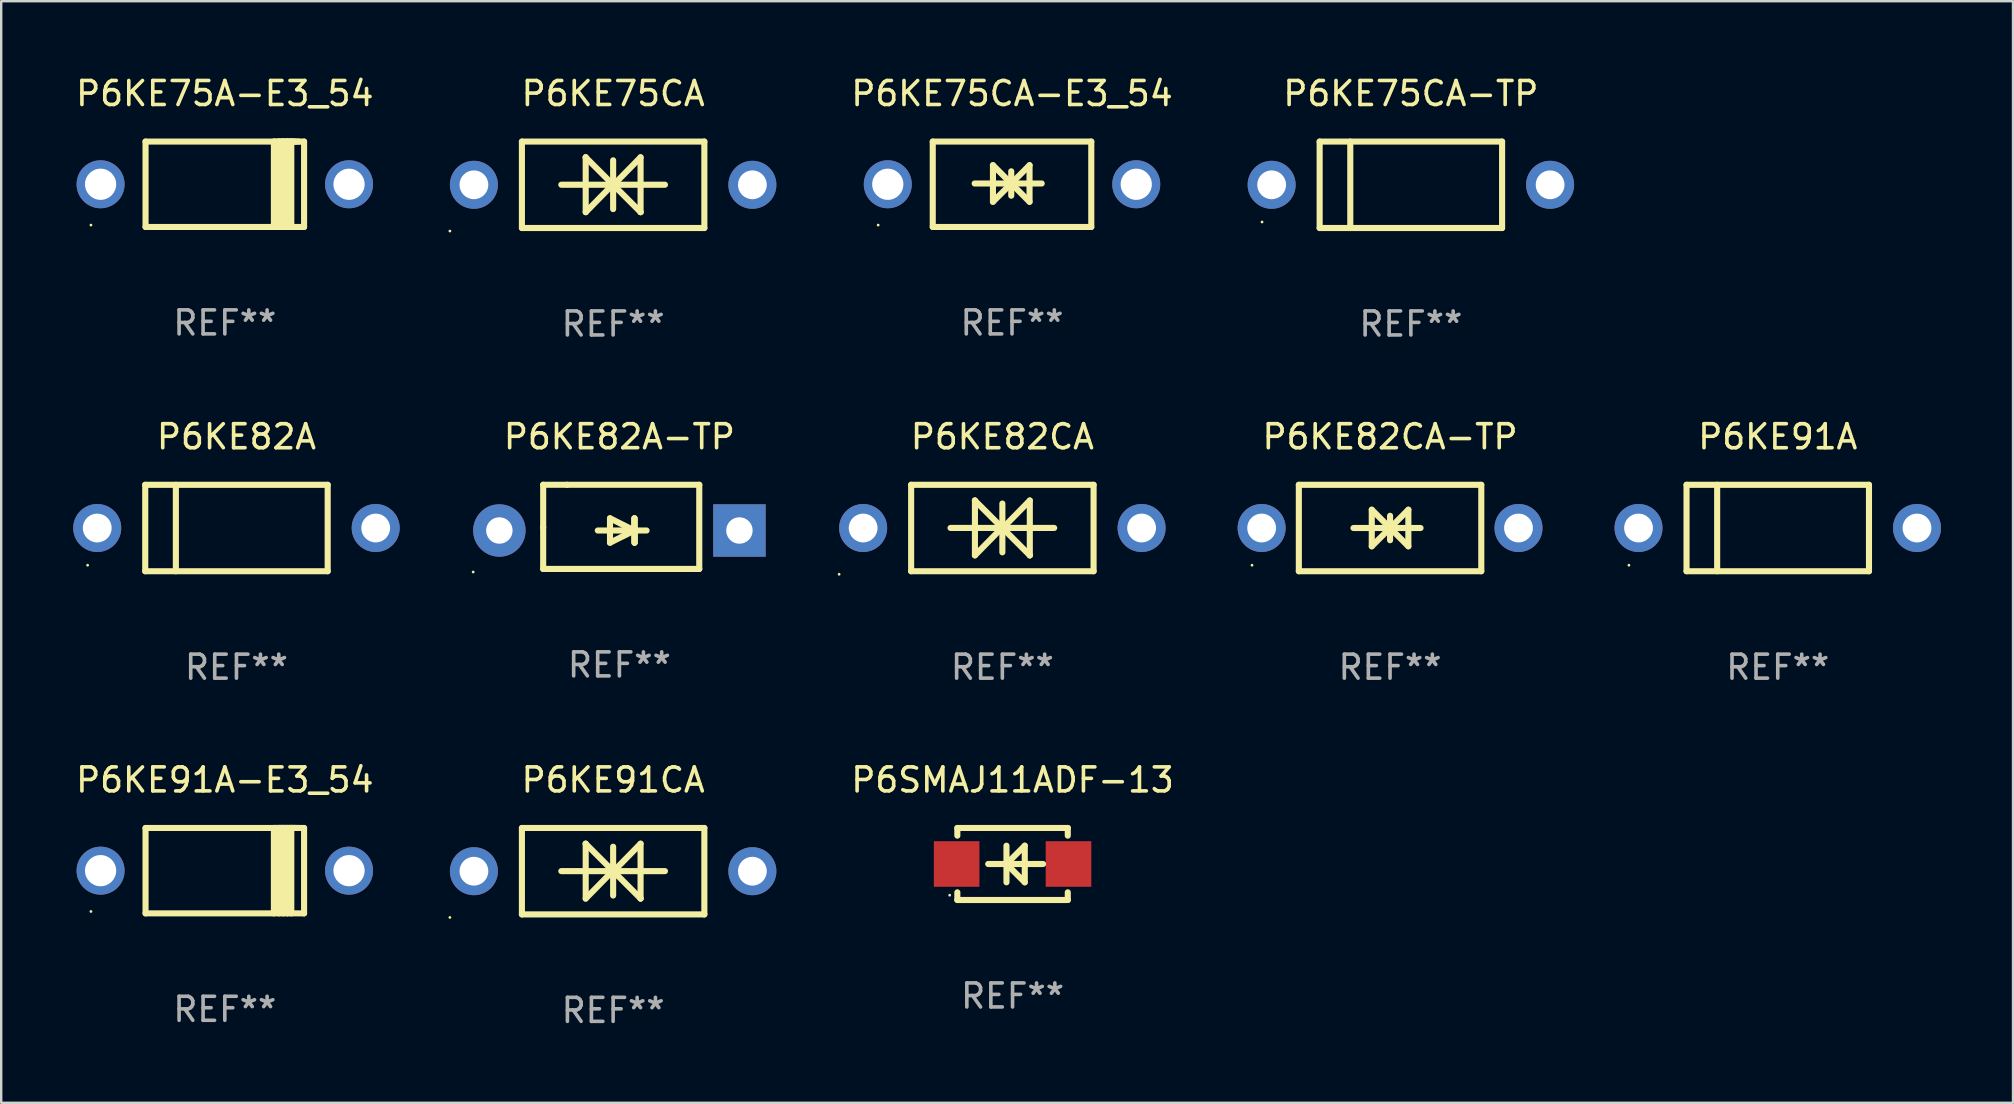
<source format=kicad_pcb>
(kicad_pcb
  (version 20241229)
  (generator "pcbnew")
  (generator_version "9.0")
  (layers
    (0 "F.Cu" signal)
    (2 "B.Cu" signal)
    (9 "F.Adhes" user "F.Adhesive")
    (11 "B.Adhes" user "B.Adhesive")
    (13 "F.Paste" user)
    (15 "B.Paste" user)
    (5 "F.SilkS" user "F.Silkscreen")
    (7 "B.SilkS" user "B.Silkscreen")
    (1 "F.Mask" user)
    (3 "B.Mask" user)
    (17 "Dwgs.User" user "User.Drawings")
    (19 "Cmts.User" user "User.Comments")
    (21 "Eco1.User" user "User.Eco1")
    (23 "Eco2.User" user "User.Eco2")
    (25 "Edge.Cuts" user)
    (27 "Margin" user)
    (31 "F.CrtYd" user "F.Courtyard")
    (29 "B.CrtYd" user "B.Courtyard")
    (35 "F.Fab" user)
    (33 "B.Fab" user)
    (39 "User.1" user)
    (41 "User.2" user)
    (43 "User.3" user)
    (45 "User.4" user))
  (footprint "P6KE75CA"
    (layer "F.Cu")
    (at 22.491 4.648)
    (property "Reference" "P6KE75CA" (at 0 -3.8 0) (layer "F.SilkS") (effects (font (size 1 1) (thickness 0.15))))
    (attr through_hole)
    (fp_line (start -3.8 -1.8) (end -3.8 1.8) (stroke (width 0.254) (type solid)) (layer "F.SilkS"))
    (fp_line (start -3.8 -1.8) (end 3.8 -1.8) (stroke (width 0.254) (type solid)) (layer "F.SilkS"))
    (fp_line (start -3.8 1.8) (end 3.8 1.8) (stroke (width 0.254) (type solid)) (layer "F.SilkS"))
    (fp_line (start -2.159 -0.003) (end 2.159 -0.003) (stroke (width 0.254) (type solid)) (layer "F.SilkS"))
    (fp_line (start -1.143 -1.146) (end -1.143 1.14) (stroke (width 0.254) (type solid)) (layer "F.SilkS"))
    (fp_line (start -1.143 -1.143) (end -1.143 -1.146) (stroke (width 0.254) (type solid)) (layer "F.SilkS"))
    (fp_line (start 0 -1.019) (end 0 1.013) (stroke (width 0.254) (type solid)) (layer "F.SilkS"))
    (fp_line (start 0 -0.026) (end -1.143 1.14) (stroke (width 0.254) (type solid)) (layer "F.SilkS"))
    (fp_line (start 0 -0.006) (end 1.143 1.137) (stroke (width 0.254) (type solid)) (layer "F.SilkS"))
    (fp_line (start 0 0) (end -1.143 -1.143) (stroke (width 0.254) (type solid)) (layer "F.SilkS"))
    (fp_line (start 0 0.02) (end 1.143 -1.146) (stroke (width 0.254) (type solid)) (layer "F.SilkS"))
    (fp_line (start 1.143 1.137) (end 1.143 1.14) (stroke (width 0.254) (type solid)) (layer "F.SilkS"))
    (fp_line (start 1.143 1.14) (end 1.143 -1.146) (stroke (width 0.254) (type solid)) (layer "F.SilkS"))
    (fp_line (start 3.8 -1.8) (end 3.8 1.8) (stroke (width 0.254) (type solid)) (layer "F.SilkS"))
    (fp_circle (center -6.8 1.927) (end -6.77 1.927) (stroke (width 0.06) (type solid)) (fill no) (layer "F.SilkS"))
    (fp_text user "REF**" (at 0 5.8 0) (layer "F.Fab") (effects (font (size 1 1) (thickness 0.15))))
    (pad "1" thru_hole circle (at -5.8 0) (size 2 2) (drill 1.2) (layers "*.Cu" "*.Mask"))
    (pad "2" thru_hole circle (at 5.8 0) (size 2 2) (drill 1.2) (layers "*.Cu" "*.Mask")))
  (footprint "P6KE75CA-E3_54"
    (layer "F.Cu")
    (at 39.107 4.626)
    (property "Reference" "P6KE75CA-E3_54" (at 0 -3.778 0) (layer "F.SilkS") (effects (font (size 1 1) (thickness 0.15))))
    (attr through_hole)
    (fp_line (start -3.302 -1.778) (end -3.302 1.778) (stroke (width 0.254) (type solid)) (layer "F.SilkS"))
    (fp_line (start -3.302 1.778) (end 3.302 1.778) (stroke (width 0.254) (type solid)) (layer "F.SilkS"))
    (fp_line (start -1.556 -0.032) (end 1.238 -0.032) (stroke (width 0.254) (type solid)) (layer "F.SilkS"))
    (fp_line (start -0.794 -0.794) (end 0.73 0.73) (stroke (width 0.254) (type solid)) (layer "F.SilkS"))
    (fp_line (start -0.794 0.73) (end -0.794 -0.794) (stroke (width 0.254) (type solid)) (layer "F.SilkS"))
    (fp_line (start -0.032 -0.54) (end -0.032 0.476) (stroke (width 0.254) (type solid)) (layer "F.SilkS"))
    (fp_line (start 0.73 -0.794) (end -0.794 0.73) (stroke (width 0.254) (type solid)) (layer "F.SilkS"))
    (fp_line (start 0.73 0.73) (end 0.73 -0.794) (stroke (width 0.254) (type solid)) (layer "F.SilkS"))
    (fp_line (start 3.302 -1.778) (end -3.302 -1.778) (stroke (width 0.254) (type solid)) (layer "F.SilkS"))
    (fp_line (start 3.302 1.778) (end 3.302 -1.778) (stroke (width 0.254) (type solid)) (layer "F.SilkS"))
    (fp_circle (center -5.576 1.7) (end -5.546 1.7) (stroke (width 0.06) (type solid)) (fill no) (layer "F.SilkS"))
    (fp_text user "REF**" (at 0 5.778 0) (layer "F.Fab") (effects (font (size 1 1) (thickness 0.15))))
    (pad "1" thru_hole circle (at -5.175 0) (size 2 2) (drill 1.3) (layers "*.Cu" "*.Mask"))
    (pad "2" thru_hole circle (at 5.175 0) (size 2 2) (drill 1.3) (layers "*.Cu" "*.Mask")))
  (footprint "P6KE82CA"
    (layer "F.Cu")
    (at 38.705 18.945)
    (property "Reference" "P6KE82CA" (at 0 -3.8 0) (layer "F.SilkS") (effects (font (size 1 1) (thickness 0.15))))
    (attr through_hole)
    (fp_line (start -3.8 -1.8) (end -3.8 1.8) (stroke (width 0.254) (type solid)) (layer "F.SilkS"))
    (fp_line (start -3.8 -1.8) (end 3.8 -1.8) (stroke (width 0.254) (type solid)) (layer "F.SilkS"))
    (fp_line (start -3.8 1.8) (end 3.8 1.8) (stroke (width 0.254) (type solid)) (layer "F.SilkS"))
    (fp_line (start -2.159 -0.003) (end 2.159 -0.003) (stroke (width 0.254) (type solid)) (layer "F.SilkS"))
    (fp_line (start -1.143 -1.146) (end -1.143 1.14) (stroke (width 0.254) (type solid)) (layer "F.SilkS"))
    (fp_line (start -1.143 -1.143) (end -1.143 -1.146) (stroke (width 0.254) (type solid)) (layer "F.SilkS"))
    (fp_line (start 0 -1.019) (end 0 1.013) (stroke (width 0.254) (type solid)) (layer "F.SilkS"))
    (fp_line (start 0 -0.026) (end -1.143 1.14) (stroke (width 0.254) (type solid)) (layer "F.SilkS"))
    (fp_line (start 0 -0.006) (end 1.143 1.137) (stroke (width 0.254) (type solid)) (layer "F.SilkS"))
    (fp_line (start 0 0) (end -1.143 -1.143) (stroke (width 0.254) (type solid)) (layer "F.SilkS"))
    (fp_line (start 0 0.02) (end 1.143 -1.146) (stroke (width 0.254) (type solid)) (layer "F.SilkS"))
    (fp_line (start 1.143 1.137) (end 1.143 1.14) (stroke (width 0.254) (type solid)) (layer "F.SilkS"))
    (fp_line (start 1.143 1.14) (end 1.143 -1.146) (stroke (width 0.254) (type solid)) (layer "F.SilkS"))
    (fp_line (start 3.8 -1.8) (end 3.8 1.8) (stroke (width 0.254) (type solid)) (layer "F.SilkS"))
    (fp_circle (center -6.8 1.927) (end -6.77 1.927) (stroke (width 0.06) (type solid)) (fill no) (layer "F.SilkS"))
    (fp_text user "REF**" (at 0 5.8 0) (layer "F.Fab") (effects (font (size 1 1) (thickness 0.15))))
    (pad "1" thru_hole circle (at -5.8 0) (size 2 2) (drill 1.2) (layers "*.Cu" "*.Mask"))
    (pad "2" thru_hole circle (at 5.8 0) (size 2 2) (drill 1.2) (layers "*.Cu" "*.Mask")))
  (footprint "P6KE82CA-TP"
    (layer "F.Cu")
    (at 54.855 18.945)
    (property "Reference" "P6KE82CA-TP" (at 0 -3.8 0) (layer "F.SilkS") (effects (font (size 1 1) (thickness 0.15))))
    (attr through_hole)
    (fp_line (start -3.8 -1.8) (end -3.8 1.8) (stroke (width 0.254) (type solid)) (layer "F.SilkS"))
    (fp_line (start -3.8 -1.8) (end 3.8 -1.8) (stroke (width 0.254) (type solid)) (layer "F.SilkS"))
    (fp_line (start -3.8 1.8) (end 3.8 1.8) (stroke (width 0.254) (type solid)) (layer "F.SilkS"))
    (fp_line (start -1.524 0) (end 1.27 0) (stroke (width 0.254) (type solid)) (layer "F.SilkS"))
    (fp_line (start -0.762 -0.762) (end 0.762 0.762) (stroke (width 0.254) (type solid)) (layer "F.SilkS"))
    (fp_line (start -0.762 0.762) (end -0.762 -0.762) (stroke (width 0.254) (type solid)) (layer "F.SilkS"))
    (fp_line (start 0 -0.508) (end 0 0.508) (stroke (width 0.254) (type solid)) (layer "F.SilkS"))
    (fp_line (start 0.762 -0.762) (end -0.762 0.762) (stroke (width 0.254) (type solid)) (layer "F.SilkS"))
    (fp_line (start 0.762 0.762) (end 0.762 -0.762) (stroke (width 0.254) (type solid)) (layer "F.SilkS"))
    (fp_line (start 3.8 -1.8) (end 3.8 1.8) (stroke (width 0.254) (type solid)) (layer "F.SilkS"))
    (fp_circle (center -5.75 1.55) (end -5.72 1.55) (stroke (width 0.06) (type solid)) (fill no) (layer "F.SilkS"))
    (fp_text user "REF**" (at 0 5.8 0) (layer "F.Fab") (effects (font (size 1 1) (thickness 0.15))))
    (pad "1" thru_hole circle (at -5.35 0) (size 2 2) (drill 1.2) (layers "*.Cu" "*.Mask"))
    (pad "2" thru_hole circle (at 5.35 0) (size 2 2) (drill 1.2) (layers "*.Cu" "*.Mask")))
  (footprint "P6KE91CA"
    (layer "F.Cu")
    (at 22.491 33.241)
    (property "Reference" "P6KE91CA" (at 0 -3.8 0) (layer "F.SilkS") (effects (font (size 1 1) (thickness 0.15))))
    (attr through_hole)
    (fp_line (start -3.8 -1.8) (end -3.8 1.8) (stroke (width 0.254) (type solid)) (layer "F.SilkS"))
    (fp_line (start -3.8 -1.8) (end 3.8 -1.8) (stroke (width 0.254) (type solid)) (layer "F.SilkS"))
    (fp_line (start -3.8 1.8) (end 3.8 1.8) (stroke (width 0.254) (type solid)) (layer "F.SilkS"))
    (fp_line (start -2.159 -0.003) (end 2.159 -0.003) (stroke (width 0.254) (type solid)) (layer "F.SilkS"))
    (fp_line (start -1.143 -1.146) (end -1.143 1.14) (stroke (width 0.254) (type solid)) (layer "F.SilkS"))
    (fp_line (start -1.143 -1.143) (end -1.143 -1.146) (stroke (width 0.254) (type solid)) (layer "F.SilkS"))
    (fp_line (start 0 -1.019) (end 0 1.013) (stroke (width 0.254) (type solid)) (layer "F.SilkS"))
    (fp_line (start 0 -0.026) (end -1.143 1.14) (stroke (width 0.254) (type solid)) (layer "F.SilkS"))
    (fp_line (start 0 -0.006) (end 1.143 1.137) (stroke (width 0.254) (type solid)) (layer "F.SilkS"))
    (fp_line (start 0 0) (end -1.143 -1.143) (stroke (width 0.254) (type solid)) (layer "F.SilkS"))
    (fp_line (start 0 0.02) (end 1.143 -1.146) (stroke (width 0.254) (type solid)) (layer "F.SilkS"))
    (fp_line (start 1.143 1.137) (end 1.143 1.14) (stroke (width 0.254) (type solid)) (layer "F.SilkS"))
    (fp_line (start 1.143 1.14) (end 1.143 -1.146) (stroke (width 0.254) (type solid)) (layer "F.SilkS"))
    (fp_line (start 3.8 -1.8) (end 3.8 1.8) (stroke (width 0.254) (type solid)) (layer "F.SilkS"))
    (fp_circle (center -6.8 1.927) (end -6.77 1.927) (stroke (width 0.06) (type solid)) (fill no) (layer "F.SilkS"))
    (fp_text user "REF**" (at 0 5.8 0) (layer "F.Fab") (effects (font (size 1 1) (thickness 0.15))))
    (pad "1" thru_hole circle (at -5.8 0) (size 2 2) (drill 1.2) (layers "*.Cu" "*.Mask"))
    (pad "2" thru_hole circle (at 5.8 0) (size 2 2) (drill 1.2) (layers "*.Cu" "*.Mask")))
  (footprint "P6KE75A-E3_54"
    (layer "F.Cu")
    (at 6.315 4.626)
    (property "Reference" "P6KE75A-E3_54" (at 0 -3.778 0) (layer "F.SilkS") (effects (font (size 1 1) (thickness 0.15))))
    (attr through_hole)
    (fp_line (start -3.302 -1.778) (end -3.302 1.778) (stroke (width 0.254) (type solid)) (layer "F.SilkS"))
    (fp_line (start -3.302 1.778) (end 3.302 1.778) (stroke (width 0.254) (type solid)) (layer "F.SilkS"))
    (fp_line (start 2.045 -1.778) (end 2.045 1.778) (stroke (width 0.254) (type solid)) (layer "F.SilkS"))
    (fp_line (start 2.261 -1.778) (end 2.261 1.778) (stroke (width 0.254) (type solid)) (layer "F.SilkS"))
    (fp_line (start 2.421 -1.778) (end 2.045 -1.778) (stroke (width 0.254) (type solid)) (layer "F.SilkS"))
    (fp_line (start 2.439 -1.778) (end 2.439 1.778) (stroke (width 0.254) (type solid)) (layer "F.SilkS"))
    (fp_line (start 2.579 -1.778) (end 2.261 -1.778) (stroke (width 0.254) (type solid)) (layer "F.SilkS"))
    (fp_line (start 2.604 -1.778) (end 2.604 1.778) (stroke (width 0.254) (type solid)) (layer "F.SilkS"))
    (fp_line (start 2.757 -1.778) (end 2.439 -1.778) (stroke (width 0.254) (type solid)) (layer "F.SilkS"))
    (fp_line (start 2.769 -1.778) (end 2.769 1.778) (stroke (width 0.254) (type solid)) (layer "F.SilkS"))
    (fp_line (start 2.922 -1.778) (end 2.604 -1.778) (stroke (width 0.254) (type solid)) (layer "F.SilkS"))
    (fp_line (start 3.087 -1.778) (end 2.769 -1.778) (stroke (width 0.254) (type solid)) (layer "F.SilkS"))
    (fp_line (start 3.302 -1.778) (end -3.302 -1.778) (stroke (width 0.254) (type solid)) (layer "F.SilkS"))
    (fp_line (start 3.302 1.778) (end 3.302 -1.778) (stroke (width 0.254) (type solid)) (layer "F.SilkS"))
    (fp_circle (center -5.576 1.7) (end -5.546 1.7) (stroke (width 0.06) (type solid)) (fill no) (layer "F.SilkS"))
    (fp_text user "REF**" (at 0 5.778 0) (layer "F.Fab") (effects (font (size 1 1) (thickness 0.15))))
    (pad "1" thru_hole circle (at -5.175 0) (size 2 2) (drill 1.3) (layers "*.Cu" "*.Mask"))
    (pad "2" thru_hole circle (at 5.175 0) (size 2 2) (drill 1.3) (layers "*.Cu" "*.Mask")))
  (footprint "P6SMAJ11ADF-13"
    (layer "F.Cu")
    (at 39.13 32.941)
    (property "Reference" "P6SMAJ11ADF-13" (at 0 -3.5 0) (layer "F.SilkS") (effects (font (size 1 1) (thickness 0.15))))
    (attr through_hole)
    (fp_line (start -2.3 -1.5) (end -2.3 -1.181) (stroke (width 0.254) (type solid)) (layer "F.SilkS"))
    (fp_line (start -2.3 -1.5) (end 2.3 -1.5) (stroke (width 0.254) (type solid)) (layer "F.SilkS"))
    (fp_line (start -2.3 1.181) (end -2.3 1.5) (stroke (width 0.254) (type solid)) (layer "F.SilkS"))
    (fp_line (start -0.254 0) (end 0.508 0.762) (stroke (width 0.254) (type solid)) (layer "F.SilkS"))
    (fp_line (start -0.254 0.762) (end -0.254 -0.762) (stroke (width 0.254) (type solid)) (layer "F.SilkS"))
    (fp_line (start 0.508 -0.762) (end -0.254 0) (stroke (width 0.254) (type solid)) (layer "F.SilkS"))
    (fp_line (start 0.508 0.762) (end 0.508 -0.762) (stroke (width 0.254) (type solid)) (layer "F.SilkS"))
    (fp_line (start 1.27 0) (end -1.016 0) (stroke (width 0.254) (type solid)) (layer "F.SilkS"))
    (fp_line (start 2.3 -1.5) (end 2.3 -1.181) (stroke (width 0.254) (type solid)) (layer "F.SilkS"))
    (fp_line (start 2.3 1.181) (end 2.3 1.5) (stroke (width 0.254) (type solid)) (layer "F.SilkS"))
    (fp_line (start 2.3 1.5) (end -2.3 1.5) (stroke (width 0.254) (type solid)) (layer "F.SilkS"))
    (fp_circle (center -2.62 1.3) (end -2.59 1.3) (stroke (width 0.06) (type solid)) (fill no) (layer "F.SilkS"))
    (fp_text user "REF**" (at 0 5.5 0) (layer "F.Fab") (effects (font (size 1 1) (thickness 0.15))))
    (pad "1" smd rect (at -2.33 0 270) (size 1.9 1.9) (layers "F.Cu" "F.Mask" "F.Paste"))
    (pad "2" smd rect (at 2.33 0 270) (size 1.9 1.9) (layers "F.Cu" "F.Mask" "F.Paste")))
  (footprint "P6KE91A"
    (layer "F.Cu")
    (at 71.005 18.945)
    (property "Reference" "P6KE91A" (at 0 -3.8 0) (layer "F.SilkS") (effects (font (size 1 1) (thickness 0.15))))
    (attr through_hole)
    (fp_line (start -3.8 -1.8) (end -3.8 1.8) (stroke (width 0.254) (type solid)) (layer "F.SilkS"))
    (fp_line (start -3.8 -1.8) (end 3.8 -1.8) (stroke (width 0.254) (type solid)) (layer "F.SilkS"))
    (fp_line (start -3.8 1.8) (end 3.8 1.8) (stroke (width 0.254) (type solid)) (layer "F.SilkS"))
    (fp_line (start -2.524 -1.8) (end -2.524 1.8) (stroke (width 0.254) (type solid)) (layer "F.SilkS"))
    (fp_line (start 3.8 -1.8) (end 3.8 1.8) (stroke (width 0.254) (type solid)) (layer "F.SilkS"))
    (fp_circle (center -6.2 1.55) (end -6.17 1.55) (stroke (width 0.06) (type solid)) (fill no) (layer "F.SilkS"))
    (fp_text user "REF**" (at 0 5.8 0) (layer "F.Fab") (effects (font (size 1 1) (thickness 0.15))))
    (pad "1" thru_hole circle (at -5.8 0) (size 2 2) (drill 1.2) (layers "*.Cu" "*.Mask"))
    (pad "2" thru_hole circle (at 5.8 0) (size 2 2) (drill 1.2) (layers "*.Cu" "*.Mask")))
  (footprint "P6KE82A-TP"
    (layer "F.Cu")
    (at 22.752 18.897)
    (property "Reference" "P6KE82A-TP" (at 0 -3.753 0) (layer "F.SilkS") (effects (font (size 1 1) (thickness 0.15))))
    (attr through_hole)
    (fp_line (start -3.175 -1.753) (end -2.184 -1.753) (stroke (width 0.254) (type solid)) (layer "F.SilkS"))
    (fp_line (start -3.175 0.025) (end -3.175 -1.753) (stroke (width 0.254) (type solid)) (layer "F.SilkS"))
    (fp_line (start -3.175 1.753) (end -3.175 0.025) (stroke (width 0.254) (type solid)) (layer "F.SilkS"))
    (fp_line (start -2.184 -1.753) (end 3.327 -1.753) (stroke (width 0.254) (type solid)) (layer "F.SilkS"))
    (fp_line (start -2.184 1.753) (end -3.175 1.753) (stroke (width 0.254) (type solid)) (layer "F.SilkS"))
    (fp_line (start -0.9 0.152) (end 1.132 0.152) (stroke (width 0.254) (type solid)) (layer "F.SilkS"))
    (fp_line (start -0.392 -0.356) (end -0.392 0.66) (stroke (width 0.254) (type solid)) (layer "F.SilkS"))
    (fp_line (start -0.392 0.66) (end 0.624 0.152) (stroke (width 0.254) (type solid)) (layer "F.SilkS"))
    (fp_line (start 0.624 -0.356) (end 0.624 0.66) (stroke (width 0.254) (type solid)) (layer "F.SilkS"))
    (fp_line (start 0.624 0.152) (end -0.392 -0.356) (stroke (width 0.254) (type solid)) (layer "F.SilkS"))
    (fp_line (start 0.624 0.152) (end 0.624 -0.356) (stroke (width 0.254) (type solid)) (layer "F.SilkS"))
    (fp_line (start 0.636 0.152) (end 0.636 0.66) (stroke (width 0.254) (type solid)) (layer "F.SilkS"))
    (fp_line (start 0.636 0.66) (end 0.636 -0.356) (stroke (width 0.254) (type solid)) (layer "F.SilkS"))
    (fp_line (start 3.327 -1.753) (end 3.327 1.753) (stroke (width 0.254) (type solid)) (layer "F.SilkS"))
    (fp_line (start 3.327 1.753) (end -2.184 1.753) (stroke (width 0.254) (type solid)) (layer "F.SilkS"))
    (fp_circle (center -6.092 1.88) (end -6.062 1.88) (stroke (width 0.06) (type solid)) (fill no) (layer "F.SilkS"))
    (fp_text user "REF**" (at 0 5.753 0) (layer "F.Fab") (effects (font (size 1 1) (thickness 0.15))))
    (pad "1" thru_hole circle (at -5 0.152) (size 2.184 2.184) (drill 1.102) (layers "*.Cu" "*.Mask"))
    (pad "2" thru_hole rect (at 5 0.152) (size 2.184 2.184) (drill 1.102) (layers "*.Cu" "*.Mask")))
  (footprint "P6KE75CA-TP"
    (layer "F.Cu")
    (at 55.722 4.648)
    (property "Reference" "P6KE75CA-TP" (at 0 -3.8 0) (layer "F.SilkS") (effects (font (size 1 1) (thickness 0.15))))
    (attr through_hole)
    (fp_line (start -3.8 -1.8) (end -3.8 1.8) (stroke (width 0.254) (type solid)) (layer "F.SilkS"))
    (fp_line (start -3.8 -1.8) (end 3.8 -1.8) (stroke (width 0.254) (type solid)) (layer "F.SilkS"))
    (fp_line (start -3.8 1.8) (end 3.8 1.8) (stroke (width 0.254) (type solid)) (layer "F.SilkS"))
    (fp_line (start -2.524 -1.8) (end -2.524 1.8) (stroke (width 0.254) (type solid)) (layer "F.SilkS"))
    (fp_line (start 3.8 -1.8) (end 3.8 1.8) (stroke (width 0.254) (type solid)) (layer "F.SilkS"))
    (fp_circle (center -6.2 1.55) (end -6.17 1.55) (stroke (width 0.06) (type solid)) (fill no) (layer "F.SilkS"))
    (fp_text user "REF**" (at 0 5.8 0) (layer "F.Fab") (effects (font (size 1 1) (thickness 0.15))))
    (pad "1" thru_hole circle (at -5.8 0) (size 2 2) (drill 1.2) (layers "*.Cu" "*.Mask"))
    (pad "2" thru_hole circle (at 5.8 0) (size 2 2) (drill 1.2) (layers "*.Cu" "*.Mask")))
  (footprint "P6KE82A"
    (layer "F.Cu")
    (at 6.8 18.945)
    (property "Reference" "P6KE82A" (at 0 -3.8 0) (layer "F.SilkS") (effects (font (size 1 1) (thickness 0.15))))
    (attr through_hole)
    (fp_line (start -3.8 -1.8) (end -3.8 1.8) (stroke (width 0.254) (type solid)) (layer "F.SilkS"))
    (fp_line (start -3.8 -1.8) (end 3.8 -1.8) (stroke (width 0.254) (type solid)) (layer "F.SilkS"))
    (fp_line (start -3.8 1.8) (end 3.8 1.8) (stroke (width 0.254) (type solid)) (layer "F.SilkS"))
    (fp_line (start -2.524 -1.8) (end -2.524 1.8) (stroke (width 0.254) (type solid)) (layer "F.SilkS"))
    (fp_line (start 3.8 -1.8) (end 3.8 1.8) (stroke (width 0.254) (type solid)) (layer "F.SilkS"))
    (fp_circle (center -6.2 1.55) (end -6.17 1.55) (stroke (width 0.06) (type solid)) (fill no) (layer "F.SilkS"))
    (fp_text user "REF**" (at 0 5.8 0) (layer "F.Fab") (effects (font (size 1 1) (thickness 0.15))))
    (pad "1" thru_hole circle (at -5.8 0) (size 2 2) (drill 1.2) (layers "*.Cu" "*.Mask"))
    (pad "2" thru_hole circle (at 5.8 0) (size 2 2) (drill 1.2) (layers "*.Cu" "*.Mask")))
  (footprint "P6KE91A-E3_54"
    (layer "F.Cu")
    (at 6.315 33.219)
    (property "Reference" "P6KE91A-E3_54" (at 0 -3.778 0) (layer "F.SilkS") (effects (font (size 1 1) (thickness 0.15))))
    (attr through_hole)
    (fp_line (start -3.302 -1.778) (end -3.302 1.778) (stroke (width 0.254) (type solid)) (layer "F.SilkS"))
    (fp_line (start -3.302 1.778) (end 3.302 1.778) (stroke (width 0.254) (type solid)) (layer "F.SilkS"))
    (fp_line (start 2.045 -1.778) (end 2.045 1.778) (stroke (width 0.254) (type solid)) (layer "F.SilkS"))
    (fp_line (start 2.261 -1.778) (end 2.261 1.778) (stroke (width 0.254) (type solid)) (layer "F.SilkS"))
    (fp_line (start 2.421 -1.778) (end 2.045 -1.778) (stroke (width 0.254) (type solid)) (layer "F.SilkS"))
    (fp_line (start 2.439 -1.778) (end 2.439 1.778) (stroke (width 0.254) (type solid)) (layer "F.SilkS"))
    (fp_line (start 2.579 -1.778) (end 2.261 -1.778) (stroke (width 0.254) (type solid)) (layer "F.SilkS"))
    (fp_line (start 2.604 -1.778) (end 2.604 1.778) (stroke (width 0.254) (type solid)) (layer "F.SilkS"))
    (fp_line (start 2.757 -1.778) (end 2.439 -1.778) (stroke (width 0.254) (type solid)) (layer "F.SilkS"))
    (fp_line (start 2.769 -1.778) (end 2.769 1.778) (stroke (width 0.254) (type solid)) (layer "F.SilkS"))
    (fp_line (start 2.922 -1.778) (end 2.604 -1.778) (stroke (width 0.254) (type solid)) (layer "F.SilkS"))
    (fp_line (start 3.087 -1.778) (end 2.769 -1.778) (stroke (width 0.254) (type solid)) (layer "F.SilkS"))
    (fp_line (start 3.302 -1.778) (end -3.302 -1.778) (stroke (width 0.254) (type solid)) (layer "F.SilkS"))
    (fp_line (start 3.302 1.778) (end 3.302 -1.778) (stroke (width 0.254) (type solid)) (layer "F.SilkS"))
    (fp_circle (center -5.576 1.7) (end -5.546 1.7) (stroke (width 0.06) (type solid)) (fill no) (layer "F.SilkS"))
    (fp_text user "REF**" (at 0 5.778 0) (layer "F.Fab") (effects (font (size 1 1) (thickness 0.15))))
    (pad "1" thru_hole circle (at -5.175 0) (size 2 2) (drill 1.3) (layers "*.Cu" "*.Mask"))
    (pad "2" thru_hole circle (at 5.175 0) (size 2 2) (drill 1.3) (layers "*.Cu" "*.Mask")))
  (gr_rect
    (start -3 -3)
    (end 80.805 42.889)
    (stroke (width 0.1) (type default))
    (fill no)
    (layer "Edge.Cuts")))
</source>
